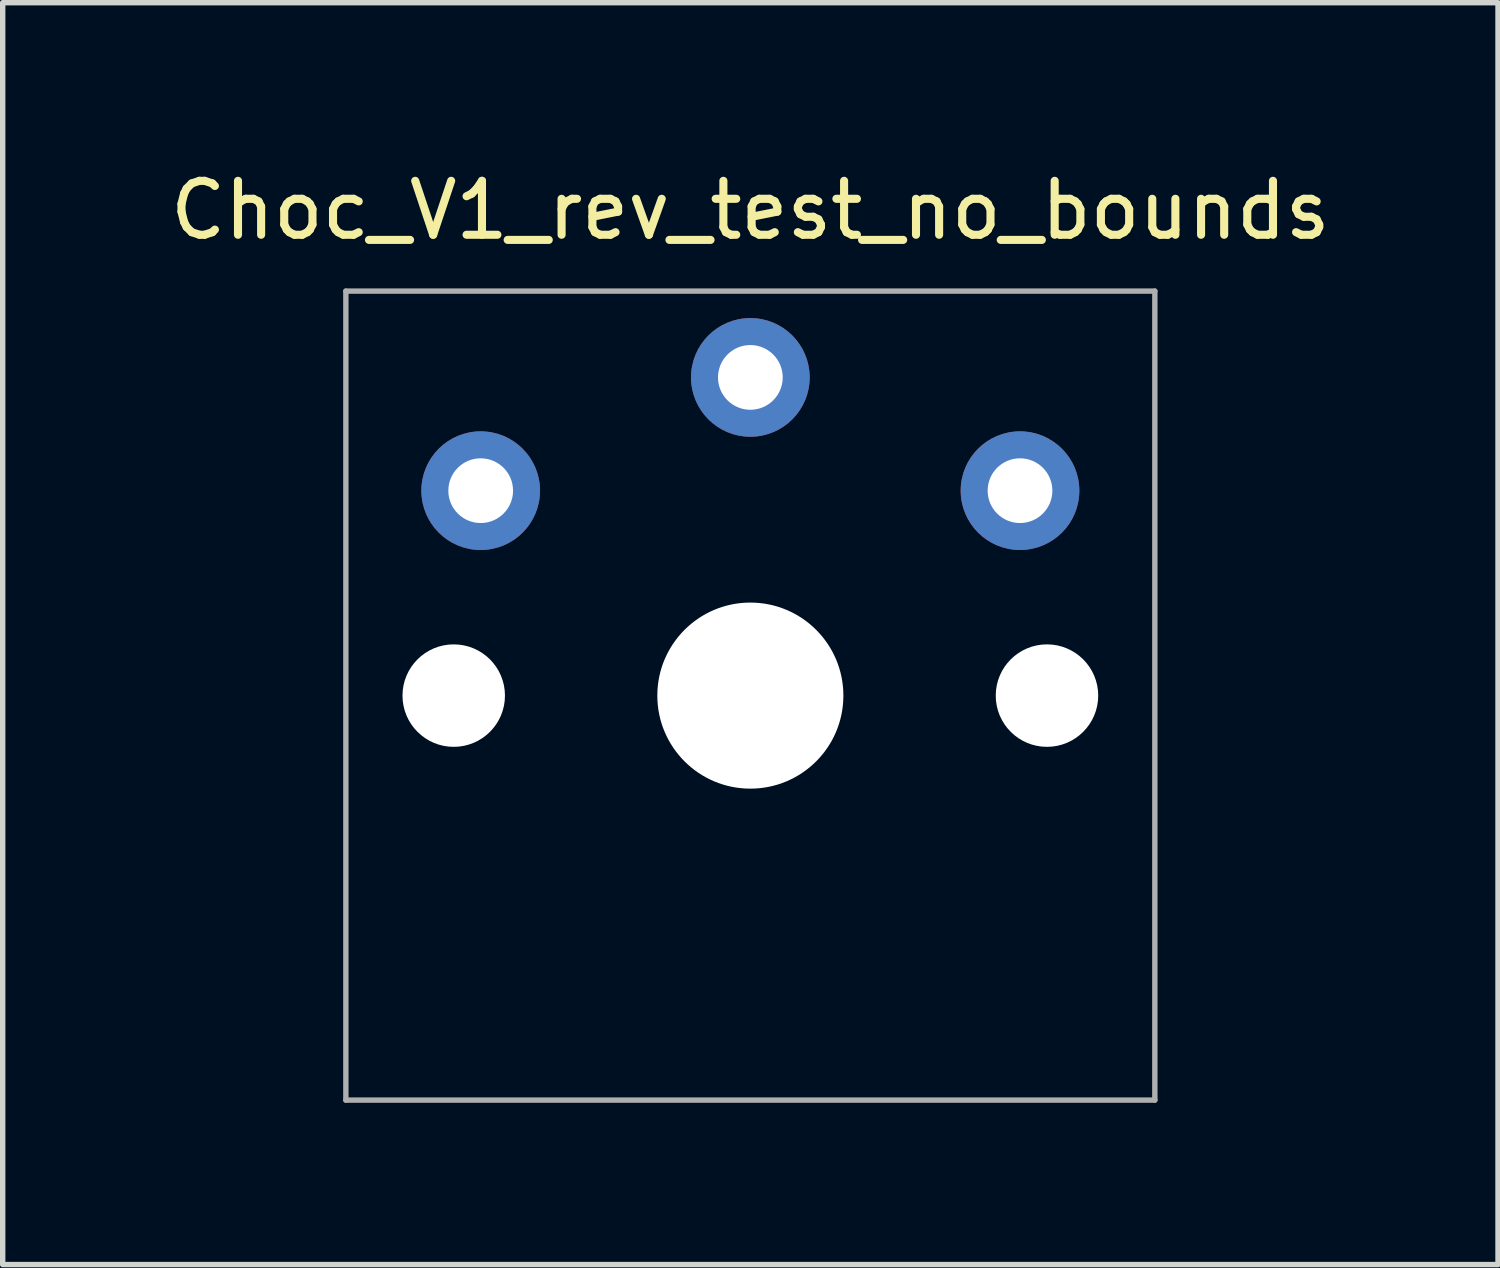
<source format=kicad_pcb>
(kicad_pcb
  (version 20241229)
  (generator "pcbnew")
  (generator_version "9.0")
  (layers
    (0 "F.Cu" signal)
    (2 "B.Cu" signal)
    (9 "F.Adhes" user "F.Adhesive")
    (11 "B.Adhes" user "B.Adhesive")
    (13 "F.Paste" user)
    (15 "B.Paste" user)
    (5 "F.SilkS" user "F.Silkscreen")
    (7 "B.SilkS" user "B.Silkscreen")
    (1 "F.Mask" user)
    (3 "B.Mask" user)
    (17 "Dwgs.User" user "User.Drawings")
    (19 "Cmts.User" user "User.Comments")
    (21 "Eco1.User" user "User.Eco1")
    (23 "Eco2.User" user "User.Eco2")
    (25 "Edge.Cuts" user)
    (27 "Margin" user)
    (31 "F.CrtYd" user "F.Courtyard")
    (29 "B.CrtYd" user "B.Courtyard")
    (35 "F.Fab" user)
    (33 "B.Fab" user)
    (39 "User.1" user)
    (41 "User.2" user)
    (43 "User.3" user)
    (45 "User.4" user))
  (footprint "Choc_V1_rev_test_no_bounds"
    (layer "F.Cu")
    (at 10.863 9.848)
    (property "Reference" "Choc_V1_rev_test_no_bounds" (at 0 -9 0) (layer "F.SilkS") (effects (font (size 1 1) (thickness 0.15))))
    (attr through_hole)
    (fp_line (start -7.5 -7.5) (end -7.5 7.5) (stroke (width 0.1) (type solid)) (layer "F.Fab"))
    (fp_line (start -7.5 7.5) (end 7.5 7.5) (stroke (width 0.1) (type solid)) (layer "F.Fab"))
    (fp_line (start 7.5 -7.5) (end -7.5 -7.5) (stroke (width 0.1) (type solid)) (layer "F.Fab"))
    (fp_line (start 7.5 7.5) (end 7.5 -7.5) (stroke (width 0.1) (type solid)) (layer "F.Fab"))
    (pad "" np_thru_hole circle (at -5.5 0) (size 1.9 1.9) (drill 1.9) (layers "*.Cu" "*.Mask"))
    (pad "" np_thru_hole circle (at 0 0) (size 3.45 3.45) (drill 3.45) (layers "*.Cu" "*.Mask"))
    (pad "" np_thru_hole circle (at 5.5 0) (size 1.9 1.9) (drill 1.9) (layers "*.Cu" "*.Mask"))
    (pad "1" thru_hole circle (at 0 -5.9) (size 2.2 2.2) (drill 1.2) (layers "*.Cu" "*.Mask"))
    (pad "2" thru_hole circle (at -5 -3.8) (size 2.2 2.2) (drill 1.2) (layers "*.Cu" "*.Mask"))
    (pad "2" thru_hole circle (at 5 -3.8) (size 2.2 2.2) (drill 1.2) (layers "*.Cu" "*.Mask")))
  (gr_rect
    (start -3 -3)
    (end 24.726 20.398)
    (stroke (width 0.1) (type default))
    (fill no)
    (layer "Edge.Cuts")))
</source>
